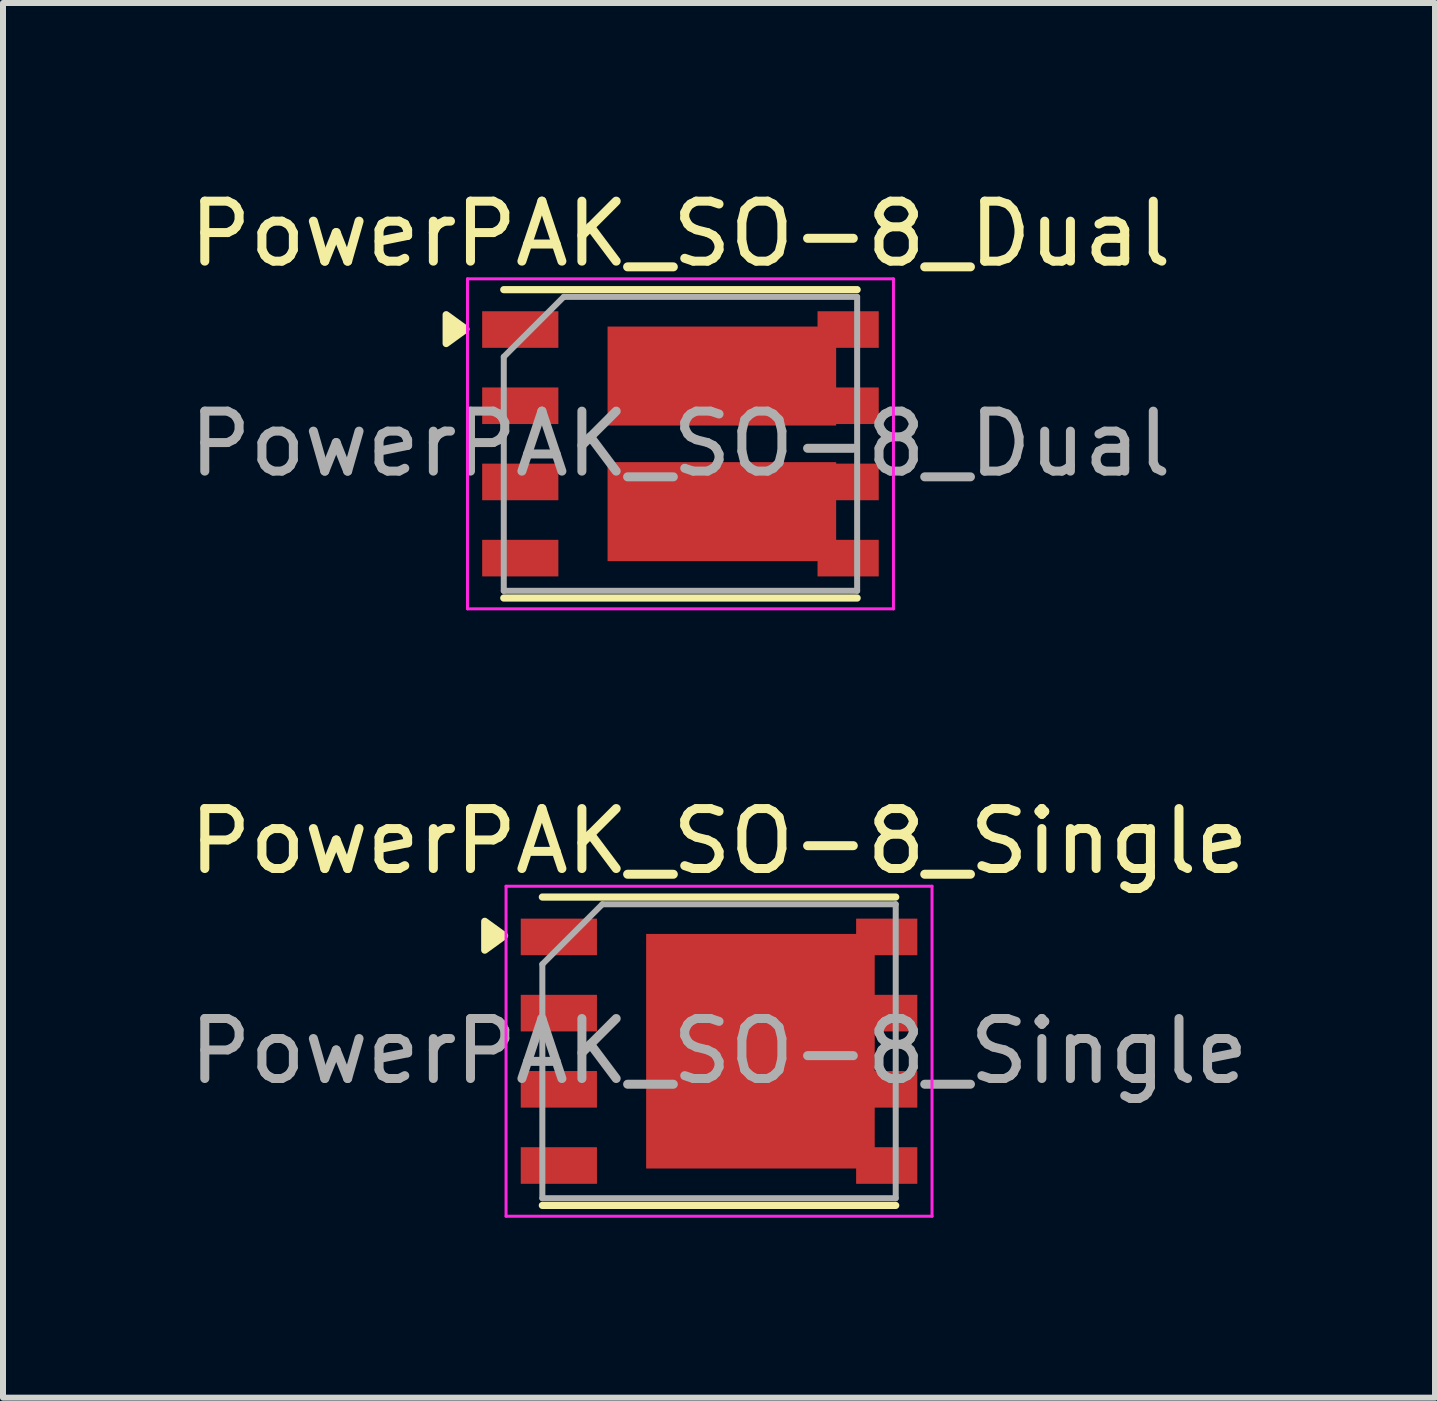
<source format=kicad_pcb>
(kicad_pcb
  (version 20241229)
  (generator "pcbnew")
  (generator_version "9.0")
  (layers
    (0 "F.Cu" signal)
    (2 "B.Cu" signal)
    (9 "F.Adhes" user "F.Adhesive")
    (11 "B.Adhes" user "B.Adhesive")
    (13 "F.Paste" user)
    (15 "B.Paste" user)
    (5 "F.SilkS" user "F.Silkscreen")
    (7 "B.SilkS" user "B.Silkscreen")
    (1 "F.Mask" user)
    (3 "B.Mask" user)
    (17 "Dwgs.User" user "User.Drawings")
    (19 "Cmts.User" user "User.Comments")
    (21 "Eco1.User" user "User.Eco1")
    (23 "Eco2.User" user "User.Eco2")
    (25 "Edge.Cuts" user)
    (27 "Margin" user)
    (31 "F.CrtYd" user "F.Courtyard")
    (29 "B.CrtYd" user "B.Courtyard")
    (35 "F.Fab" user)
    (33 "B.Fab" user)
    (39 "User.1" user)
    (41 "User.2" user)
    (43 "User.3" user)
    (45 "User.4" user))
  (footprint "PowerPAK_SO-8_Dual"
    (layer "F.Cu")
    (at 8.292 4.348)
    (property "Reference" "PowerPAK_SO-8_Dual" (at 0 -3.5 0) (layer "F.SilkS") (effects (font (size 1 1) (thickness 0.15))))
    (attr smd)
    (fp_line (start -2.945 -2.57) (end 2.945 -2.57) (stroke (width 0.12) (type solid)) (layer "F.SilkS"))
    (fp_line (start -2.945 2.57) (end 2.945 2.57) (stroke (width 0.12) (type solid)) (layer "F.SilkS"))
    (fp_poly (pts (xy -3.575 -1.912) (xy -3.905 -2.152) (xy -3.905 -1.672) (xy -3.575 -1.912)) (stroke (width 0.12) (type solid)) (fill yes) (layer "F.SilkS"))
    (fp_line (start -3.55 -2.75) (end -3.55 2.75) (stroke (width 0.05) (type solid)) (layer "F.CrtYd"))
    (fp_line (start -3.55 -2.75) (end 3.55 -2.75) (stroke (width 0.05) (type solid)) (layer "F.CrtYd"))
    (fp_line (start -3.55 2.75) (end 3.55 2.75) (stroke (width 0.05) (type solid)) (layer "F.CrtYd"))
    (fp_line (start 3.55 -2.75) (end 3.55 2.75) (stroke (width 0.05) (type solid)) (layer "F.CrtYd"))
    (fp_line (start -2.945 2.45) (end -2.945 -1.45) (stroke (width 0.1) (type solid)) (layer "F.Fab"))
    (fp_line (start -1.945 -2.45) (end -2.945 -1.45) (stroke (width 0.1) (type solid)) (layer "F.Fab"))
    (fp_line (start -1.945 -2.45) (end 2.945 -2.45) (stroke (width 0.1) (type solid)) (layer "F.Fab"))
    (fp_line (start 2.945 -2.45) (end 2.945 2.45) (stroke (width 0.1) (type solid)) (layer "F.Fab"))
    (fp_line (start 2.945 2.45) (end -2.945 2.45) (stroke (width 0.1) (type solid)) (layer "F.Fab"))
    (fp_text user "${REFERENCE}" (at 0 0 0) (layer "F.Fab") (effects (font (size 1 1) (thickness 0.15))))
    (pad "1" smd rect (at -2.67 -1.905) (size 1.27 0.61) (layers "F.Cu" "F.Mask" "F.Paste"))
    (pad "2" smd rect (at -2.67 -0.635) (size 1.27 0.61) (layers "F.Cu" "F.Mask" "F.Paste"))
    (pad "3" smd rect (at -2.67 0.635) (size 1.27 0.61) (layers "F.Cu" "F.Mask" "F.Paste"))
    (pad "4" smd rect (at -2.67 1.905) (size 1.27 0.61) (layers "F.Cu" "F.Mask" "F.Paste"))
    (pad "5" smd rect (at 0.69 1.13) (size 3.81 1.65) (layers "F.Cu" "F.Mask" "F.Paste"))
    (pad "5" smd rect (at 2.795 0.635) (size 1.02 0.61) (layers "F.Cu" "F.Mask" "F.Paste"))
    (pad "5" smd rect (at 2.795 1.905) (size 1.02 0.61) (layers "F.Cu" "F.Mask" "F.Paste"))
    (pad "6" smd rect (at 0.69 -1.13) (size 3.81 1.65) (layers "F.Cu" "F.Mask" "F.Paste"))
    (pad "6" smd rect (at 2.795 -1.905) (size 1.02 0.61) (layers "F.Cu" "F.Mask" "F.Paste"))
    (pad "6" smd rect (at 2.795 -0.635) (size 1.02 0.61) (layers "F.Cu" "F.Mask" "F.Paste")))
  (footprint "PowerPAK_SO-8_Single"
    (layer "F.Cu")
    (at 8.935 14.472)
    (property "Reference" "PowerPAK_SO-8_Single" (at 0 -3.5 0) (layer "F.SilkS") (effects (font (size 1 1) (thickness 0.15))))
    (attr smd)
    (fp_line (start -2.945 -2.57) (end 2.945 -2.57) (stroke (width 0.12) (type solid)) (layer "F.SilkS"))
    (fp_line (start -2.945 2.57) (end 2.945 2.57) (stroke (width 0.12) (type solid)) (layer "F.SilkS"))
    (fp_poly (pts (xy -3.575 -1.925) (xy -3.905 -2.165) (xy -3.905 -1.685) (xy -3.575 -1.925)) (stroke (width 0.12) (type solid)) (fill yes) (layer "F.SilkS"))
    (fp_line (start -3.55 -2.75) (end -3.55 2.75) (stroke (width 0.05) (type solid)) (layer "F.CrtYd"))
    (fp_line (start -3.55 -2.75) (end 3.55 -2.75) (stroke (width 0.05) (type solid)) (layer "F.CrtYd"))
    (fp_line (start -3.55 2.75) (end 3.55 2.75) (stroke (width 0.05) (type solid)) (layer "F.CrtYd"))
    (fp_line (start 3.55 -2.75) (end 3.55 2.75) (stroke (width 0.05) (type solid)) (layer "F.CrtYd"))
    (fp_line (start -2.945 2.45) (end -2.945 -1.45) (stroke (width 0.1) (type solid)) (layer "F.Fab"))
    (fp_line (start -1.945 -2.45) (end -2.945 -1.45) (stroke (width 0.1) (type solid)) (layer "F.Fab"))
    (fp_line (start -1.945 -2.45) (end 2.945 -2.45) (stroke (width 0.1) (type solid)) (layer "F.Fab"))
    (fp_line (start 2.945 -2.45) (end 2.945 2.45) (stroke (width 0.1) (type solid)) (layer "F.Fab"))
    (fp_line (start 2.945 2.45) (end -2.945 2.45) (stroke (width 0.1) (type solid)) (layer "F.Fab"))
    (fp_text user "${REFERENCE}" (at 0 0 0) (layer "F.Fab") (effects (font (size 1 1) (thickness 0.15))))
    (pad "1" smd rect (at -2.67 1.905) (size 1.27 0.61) (layers "F.Cu" "F.Mask" "F.Paste"))
    (pad "2" smd rect (at -2.67 -1.905) (size 1.27 0.61) (layers "F.Cu" "F.Mask" "F.Paste"))
    (pad "2" smd rect (at -2.67 -0.635) (size 1.27 0.61) (layers "F.Cu" "F.Mask" "F.Paste"))
    (pad "2" smd rect (at -2.67 0.635) (size 1.27 0.61) (layers "F.Cu" "F.Mask" "F.Paste"))
    (pad "3" smd rect (at 0.69 0) (size 3.81 3.91) (layers "F.Cu" "F.Mask" "F.Paste"))
    (pad "3" smd rect (at 2.795 -1.905) (size 1.02 0.61) (layers "F.Cu" "F.Mask" "F.Paste"))
    (pad "3" smd rect (at 2.795 -0.635) (size 1.02 0.61) (layers "F.Cu" "F.Mask" "F.Paste"))
    (pad "3" smd rect (at 2.795 0.635) (size 1.02 0.61) (layers "F.Cu" "F.Mask" "F.Paste"))
    (pad "3" smd rect (at 2.795 1.905) (size 1.02 0.61) (layers "F.Cu" "F.Mask" "F.Paste")))
  (gr_rect
    (start -3 -3)
    (end 20.869 20.247)
    (stroke (width 0.1) (type default))
    (fill no)
    (layer "Edge.Cuts")))
</source>
